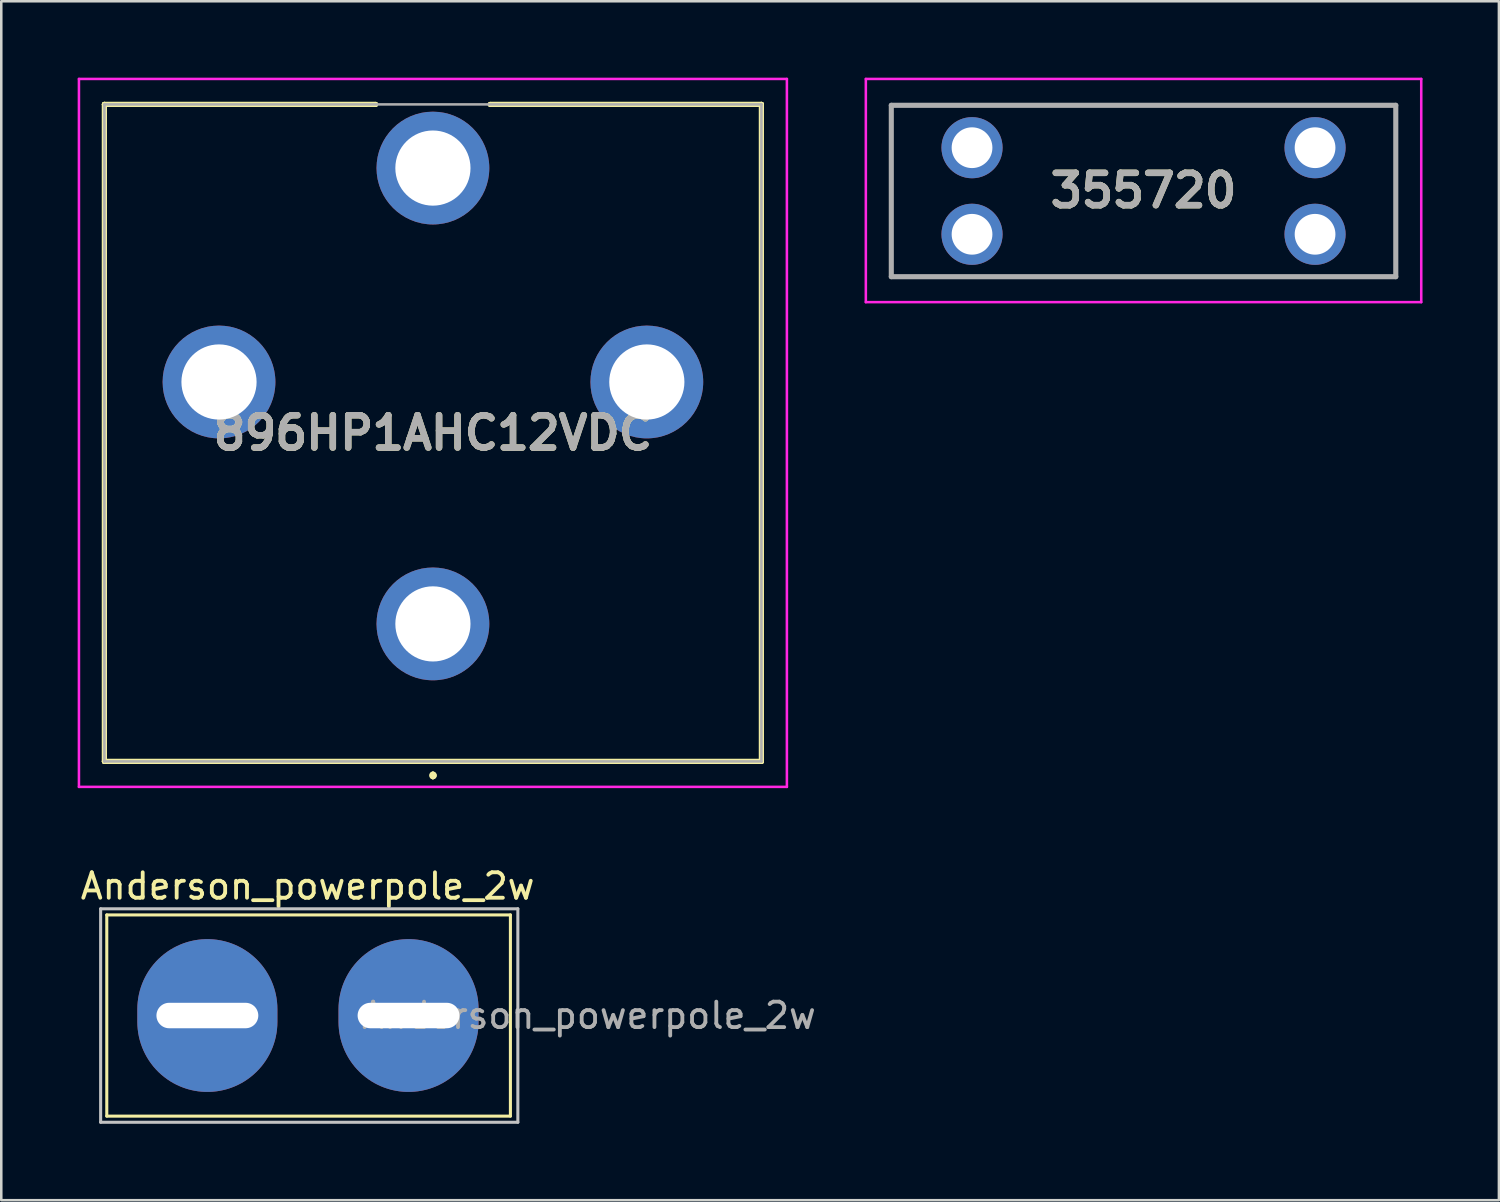
<source format=kicad_pcb>
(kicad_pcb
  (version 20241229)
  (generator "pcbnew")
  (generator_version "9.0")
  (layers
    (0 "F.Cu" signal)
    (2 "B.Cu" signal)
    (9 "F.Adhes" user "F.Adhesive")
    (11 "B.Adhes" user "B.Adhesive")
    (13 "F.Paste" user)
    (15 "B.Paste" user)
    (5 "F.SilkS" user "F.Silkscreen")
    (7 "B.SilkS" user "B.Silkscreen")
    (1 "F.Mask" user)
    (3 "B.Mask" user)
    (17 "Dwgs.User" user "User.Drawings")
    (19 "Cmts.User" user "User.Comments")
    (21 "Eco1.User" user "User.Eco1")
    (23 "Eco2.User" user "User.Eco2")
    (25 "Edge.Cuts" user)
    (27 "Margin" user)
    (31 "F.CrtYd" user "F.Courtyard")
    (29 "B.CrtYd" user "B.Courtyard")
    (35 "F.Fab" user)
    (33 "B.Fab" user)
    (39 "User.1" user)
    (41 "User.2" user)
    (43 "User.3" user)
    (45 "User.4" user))
  (footprint "896HP1AHC12VDC"
    (layer "F.Cu")
    (at 13.95 21.45)
    (property "Reference" "896HP1AHC12VDC" (at 0 -7.5 0) (layer "F.SilkS") (effects (font (size 1.27 1.27) (thickness 0.254))))
    (attr through_hole)
    (fp_line (start -12.9 -20.4) (end -12.9 -20.4) (stroke (width 0.2) (type solid)) (layer "F.SilkS"))
    (fp_line (start -12.9 -20.4) (end -12.9 -20.4) (stroke (width 0.2) (type solid)) (layer "F.SilkS"))
    (fp_line (start -12.9 -20.4) (end -12.9 5.4) (stroke (width 0.2) (type solid)) (layer "F.SilkS"))
    (fp_line (start -12.9 -20.4) (end -2.25 -20.4) (stroke (width 0.2) (type solid)) (layer "F.SilkS"))
    (fp_line (start -12.9 5.4) (end -12.9 -20.4) (stroke (width 0.2) (type solid)) (layer "F.SilkS"))
    (fp_line (start -12.9 5.4) (end -12.9 5.4) (stroke (width 0.2) (type solid)) (layer "F.SilkS"))
    (fp_line (start -12.9 5.4) (end -12.9 5.4) (stroke (width 0.2) (type solid)) (layer "F.SilkS"))
    (fp_line (start -12.9 5.4) (end 12.9 5.4) (stroke (width 0.2) (type solid)) (layer "F.SilkS"))
    (fp_line (start -2.25 -20.4) (end -12.9 -20.4) (stroke (width 0.2) (type solid)) (layer "F.SilkS"))
    (fp_line (start -2.25 -20.4) (end -2.25 -20.4) (stroke (width 0.2) (type solid)) (layer "F.SilkS"))
    (fp_line (start 0 5.9) (end 0 5.9) (stroke (width 0.2) (type solid)) (layer "F.SilkS"))
    (fp_line (start 0 6) (end 0 6) (stroke (width 0.2) (type solid)) (layer "F.SilkS"))
    (fp_line (start 0 6) (end 0 6) (stroke (width 0.2) (type solid)) (layer "F.SilkS"))
    (fp_line (start 2.25 -20.4) (end 2.25 -20.4) (stroke (width 0.2) (type solid)) (layer "F.SilkS"))
    (fp_line (start 2.25 -20.4) (end 12.9 -20.4) (stroke (width 0.2) (type solid)) (layer "F.SilkS"))
    (fp_line (start 12.9 -20.4) (end 2.25 -20.4) (stroke (width 0.2) (type solid)) (layer "F.SilkS"))
    (fp_line (start 12.9 -20.4) (end 12.9 -20.4) (stroke (width 0.2) (type solid)) (layer "F.SilkS"))
    (fp_line (start 12.9 -20.4) (end 12.9 -20.4) (stroke (width 0.2) (type solid)) (layer "F.SilkS"))
    (fp_line (start 12.9 -20.4) (end 12.9 5.4) (stroke (width 0.2) (type solid)) (layer "F.SilkS"))
    (fp_line (start 12.9 5.4) (end -12.9 5.4) (stroke (width 0.2) (type solid)) (layer "F.SilkS"))
    (fp_line (start 12.9 5.4) (end 12.9 -20.4) (stroke (width 0.2) (type solid)) (layer "F.SilkS"))
    (fp_line (start 12.9 5.4) (end 12.9 5.4) (stroke (width 0.2) (type solid)) (layer "F.SilkS"))
    (fp_line (start 12.9 5.4) (end 12.9 5.4) (stroke (width 0.2) (type solid)) (layer "F.SilkS"))
    (fp_arc (start 0 5.9) (mid 0.05 5.95) (end 0 6) (stroke (width 0.2) (type solid)) (layer "F.SilkS"))
    (fp_arc (start 0 5.9) (mid 0.05 5.95) (end 0 6) (stroke (width 0.2) (type solid)) (layer "F.SilkS"))
    (fp_arc (start 0 6) (mid -0.05 5.95) (end 0 5.9) (stroke (width 0.2) (type solid)) (layer "F.SilkS"))
    (fp_line (start -13.9 -21.4) (end -13.9 6.4) (stroke (width 0.1) (type solid)) (layer "F.CrtYd"))
    (fp_line (start -13.9 6.4) (end 13.9 6.4) (stroke (width 0.1) (type solid)) (layer "F.CrtYd"))
    (fp_line (start 13.9 -21.4) (end -13.9 -21.4) (stroke (width 0.1) (type solid)) (layer "F.CrtYd"))
    (fp_line (start 13.9 6.4) (end 13.9 -21.4) (stroke (width 0.1) (type solid)) (layer "F.CrtYd"))
    (fp_line (start -12.9 -20.4) (end 12.9 -20.4) (stroke (width 0.1) (type solid)) (layer "F.Fab"))
    (fp_line (start -12.9 5.4) (end -12.9 -20.4) (stroke (width 0.1) (type solid)) (layer "F.Fab"))
    (fp_line (start 12.9 -20.4) (end 12.9 5.4) (stroke (width 0.1) (type solid)) (layer "F.Fab"))
    (fp_line (start 12.9 5.4) (end -12.9 5.4) (stroke (width 0.1) (type solid)) (layer "F.Fab"))
    (fp_text user "${REFERENCE}" (at 0 -7.5 0) (layer "F.Fab") (effects (font (size 1.27 1.27) (thickness 0.254))))
    (pad "30" thru_hole circle (at 0 0) (size 4.428 4.428) (drill 2.952) (layers "*.Cu" "*.Mask"))
    (pad "85" thru_hole circle (at -8.4 -9.5) (size 4.428 4.428) (drill 2.952) (layers "*.Cu" "*.Mask"))
    (pad "86" thru_hole circle (at 8.4 -9.5) (size 4.428 4.428) (drill 2.952) (layers "*.Cu" "*.Mask"))
    (pad "87" thru_hole circle (at 0 -17.9) (size 4.428 4.428) (drill 2.952) (layers "*.Cu" "*.Mask")))
  (footprint "Anderson_powerpole_2w"
    (layer "F.Cu")
    (at 5.093 36.828)
    (property "Reference" "Anderson_powerpole_2w" (at 3.937 -5.08 0) (layer "F.SilkS") (effects (font (size 1 1) (thickness 0.15))))
    (attr through_hole)
    (fp_line (start -3.95 -3.95) (end -3.95 3.95) (stroke (width 0.12) (type solid)) (layer "F.SilkS"))
    (fp_line (start -3.95 -3.95) (end 11.9 -3.95) (stroke (width 0.12) (type solid)) (layer "F.SilkS"))
    (fp_line (start -3.95 3.95) (end 11.9 3.95) (stroke (width 0.12) (type solid)) (layer "F.SilkS"))
    (fp_line (start 11.9 -3.95) (end 11.9 3.95) (stroke (width 0.12) (type solid)) (layer "F.SilkS"))
    (fp_line (start -4.191 -4.191) (end 12.192 -4.191) (stroke (width 0.12) (type solid)) (layer "Dwgs.User"))
    (fp_line (start -4.191 4.191) (end -4.191 -4.191) (stroke (width 0.12) (type solid)) (layer "Dwgs.User"))
    (fp_line (start 12.192 -4.191) (end 12.192 4.191) (stroke (width 0.12) (type solid)) (layer "Dwgs.User"))
    (fp_line (start 12.192 4.191) (end -4.191 4.191) (stroke (width 0.12) (type solid)) (layer "Dwgs.User"))
    (fp_text user "${REFERENCE}" (at 14.985 0 0) (layer "F.Fab") (effects (font (size 1 1) (thickness 0.15))))
    (pad "1" thru_hole oval (at 0 0) (size 5.5 6) (drill oval 4 1) (layers "*.Cu" "*.Mask"))
    (pad "2" thru_hole oval (at 7.9 0) (size 5.5 6) (drill oval 4 1) (layers "*.Cu" "*.Mask")))
  (footprint "355720"
    (layer "F.Cu")
    (at 35.12 2.75)
    (property "Reference" "355720" (at 6.735 1.683 0) (layer "F.SilkS") (effects (font (size 1.27 1.27) (thickness 0.254))))
    (attr through_hole)
    (fp_line (start -3.17 -1.7) (end 16.64 -1.7) (stroke (width 0.1) (type solid)) (layer "F.SilkS"))
    (fp_line (start -3.17 5.065) (end -3.17 -1.7) (stroke (width 0.1) (type solid)) (layer "F.SilkS"))
    (fp_line (start 16.64 -1.7) (end 16.64 5.065) (stroke (width 0.1) (type solid)) (layer "F.SilkS"))
    (fp_line (start 16.64 5.065) (end -3.17 5.065) (stroke (width 0.1) (type solid)) (layer "F.SilkS"))
    (fp_line (start -4.17 -2.7) (end 17.64 -2.7) (stroke (width 0.1) (type solid)) (layer "F.CrtYd"))
    (fp_line (start -4.17 6.065) (end -4.17 -2.7) (stroke (width 0.1) (type solid)) (layer "F.CrtYd"))
    (fp_line (start 17.64 -2.7) (end 17.64 6.065) (stroke (width 0.1) (type solid)) (layer "F.CrtYd"))
    (fp_line (start 17.64 6.065) (end -4.17 6.065) (stroke (width 0.1) (type solid)) (layer "F.CrtYd"))
    (fp_line (start -3.17 -1.665) (end 16.64 -1.665) (stroke (width 0.2) (type solid)) (layer "F.Fab"))
    (fp_line (start -3.17 5.065) (end -3.17 -1.665) (stroke (width 0.2) (type solid)) (layer "F.Fab"))
    (fp_line (start 16.64 -1.665) (end 16.64 5.065) (stroke (width 0.2) (type solid)) (layer "F.Fab"))
    (fp_line (start 16.64 5.065) (end -3.17 5.065) (stroke (width 0.2) (type solid)) (layer "F.Fab"))
    (fp_text user "${REFERENCE}" (at 6.735 1.683 0) (layer "F.Fab") (effects (font (size 1.27 1.27) (thickness 0.254))))
    (pad "1" thru_hole circle (at 0 0) (size 2.4 2.4) (drill 1.6) (layers "*.Cu" "*.Mask"))
    (pad "2" thru_hole circle (at 0 3.4) (size 2.4 2.4) (drill 1.6) (layers "*.Cu" "*.Mask"))
    (pad "3" thru_hole circle (at 13.47 3.4) (size 2.4 2.4) (drill 1.6) (layers "*.Cu" "*.Mask"))
    (pad "4" thru_hole circle (at 13.47 0) (size 2.4 2.4) (drill 1.6) (layers "*.Cu" "*.Mask")))
  (gr_rect
    (start -3 -3)
    (end 55.81 44.079)
    (stroke (width 0.1) (type default))
    (fill no)
    (layer "Edge.Cuts")))
</source>
